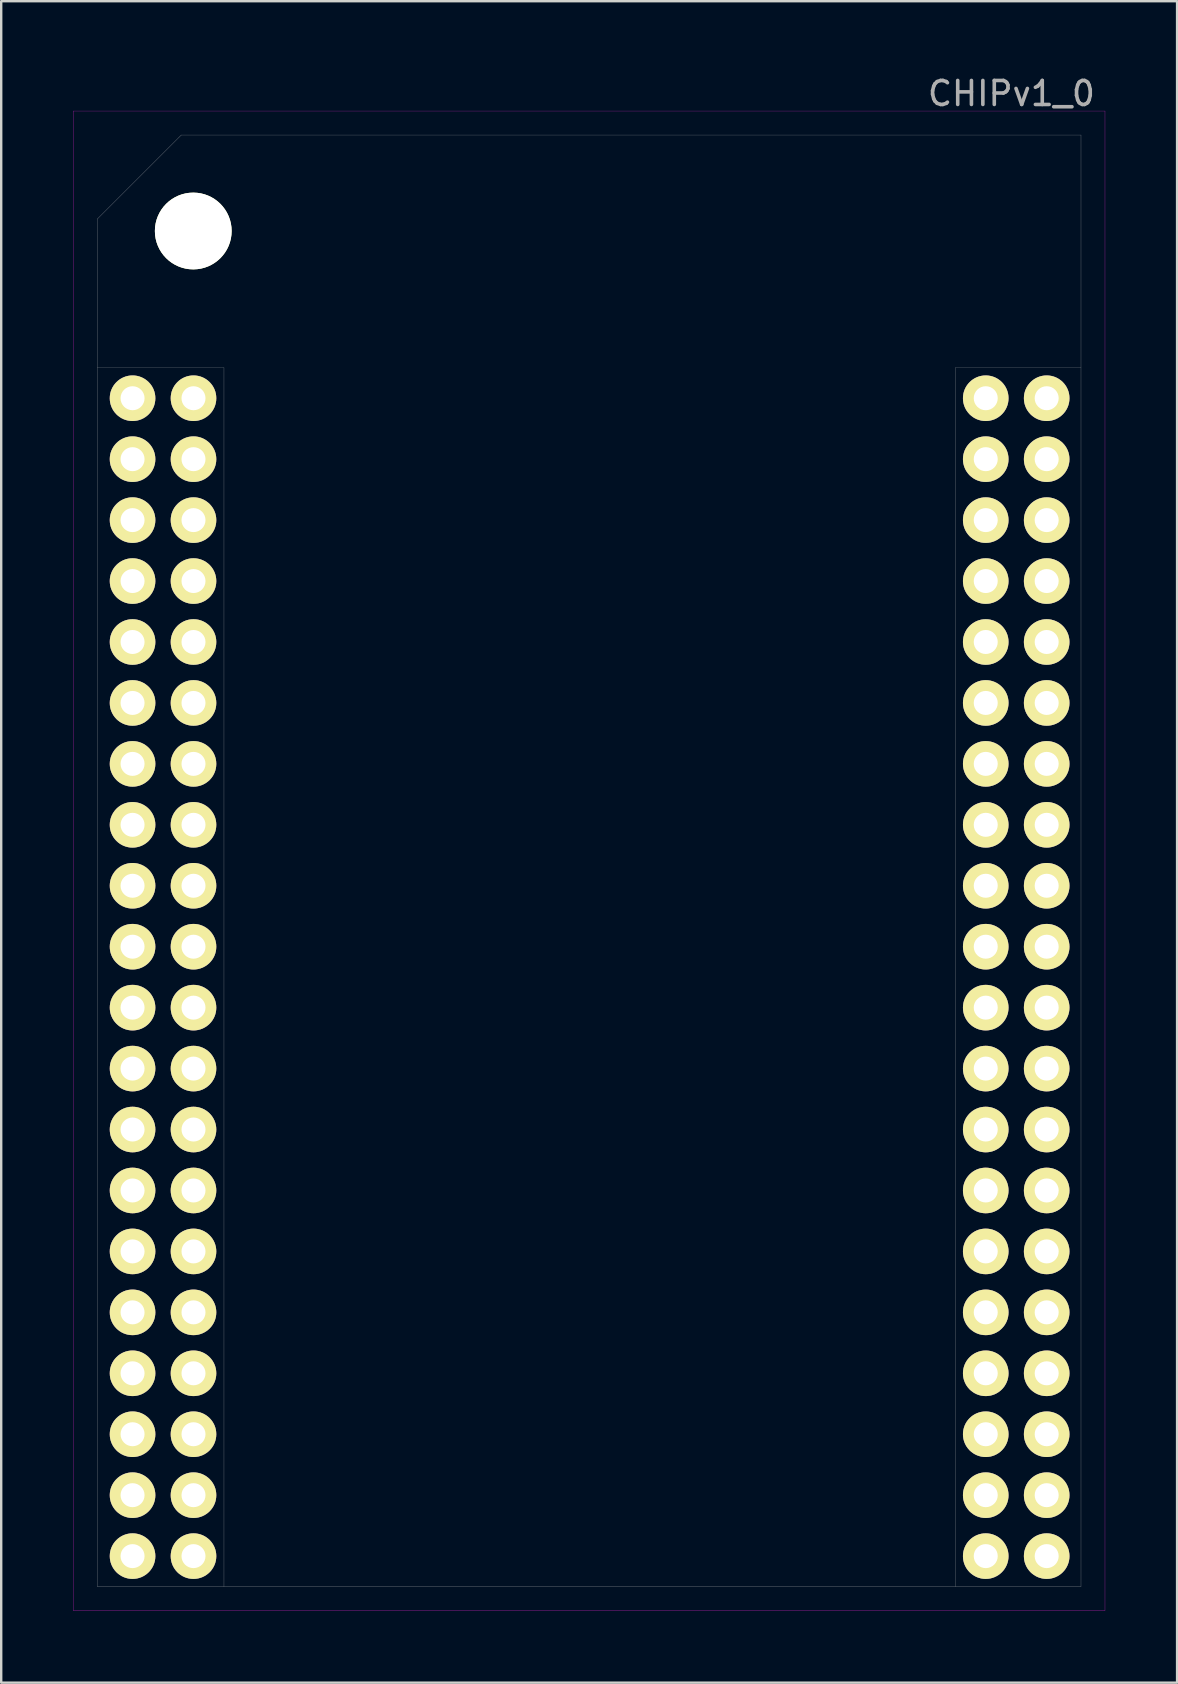
<source format=kicad_pcb>
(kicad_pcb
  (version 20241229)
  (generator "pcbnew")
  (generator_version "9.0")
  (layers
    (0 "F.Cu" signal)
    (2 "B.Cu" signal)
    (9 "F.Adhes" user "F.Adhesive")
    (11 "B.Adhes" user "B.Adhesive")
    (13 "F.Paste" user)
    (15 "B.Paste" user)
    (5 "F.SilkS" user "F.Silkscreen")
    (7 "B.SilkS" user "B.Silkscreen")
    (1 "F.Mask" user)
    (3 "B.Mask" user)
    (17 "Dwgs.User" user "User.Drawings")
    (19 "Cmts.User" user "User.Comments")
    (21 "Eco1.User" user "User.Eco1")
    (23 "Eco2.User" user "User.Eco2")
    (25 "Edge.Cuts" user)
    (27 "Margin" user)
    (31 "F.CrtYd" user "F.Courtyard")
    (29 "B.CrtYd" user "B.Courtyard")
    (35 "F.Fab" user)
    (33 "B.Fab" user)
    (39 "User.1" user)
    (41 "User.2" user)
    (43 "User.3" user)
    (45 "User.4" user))
  (footprint "CHIPv1_0"
    (layer "F.Cu")
    (at 1.005 63.078)
    (property "Reference" "CHIPv1_0" (at 38.1 -62.23 0) (layer "F.Fab") (effects (font (size 1 1) (thickness 0.15))))
    (attr through_hole)
    (fp_line (start -1 -61.5) (end 42 -61.5) (stroke (width 0.01) (type solid)) (layer "F.CrtYd"))
    (fp_line (start -1 1) (end -1 -61.5) (stroke (width 0.01) (type solid)) (layer "F.CrtYd"))
    (fp_line (start 42 -61.5) (end 42 1) (stroke (width 0.01) (type solid)) (layer "F.CrtYd"))
    (fp_line (start 42 1) (end -1 1) (stroke (width 0.01) (type solid)) (layer "F.CrtYd"))
    (fp_line (start 0 -57) (end 0 0) (stroke (width 0.01) (type solid)) (layer "F.Fab"))
    (fp_line (start 0 0) (end 41 0) (stroke (width 0.01) (type solid)) (layer "F.Fab"))
    (fp_line (start 3.5 -60.5) (end 0 -57) (stroke (width 0.01) (type solid)) (layer "F.Fab"))
    (fp_line (start 5.28 -50.8) (end 0 -50.8) (stroke (width 0.01) (type solid)) (layer "F.Fab"))
    (fp_line (start 5.28 0) (end 5.28 -50.8) (stroke (width 0.01) (type solid)) (layer "F.Fab"))
    (fp_line (start 35.76 -50.8) (end 35.76 0) (stroke (width 0.01) (type solid)) (layer "F.Fab"))
    (fp_line (start 41 -60.5) (end 3.5 -60.5) (stroke (width 0.01) (type solid)) (layer "F.Fab"))
    (fp_line (start 41 -50.8) (end 35.76 -50.8) (stroke (width 0.01) (type solid)) (layer "F.Fab"))
    (fp_line (start 41 0) (end 41 -60.5) (stroke (width 0.01) (type solid)) (layer "F.Fab"))
    (fp_circle (center 4 -56.5) (end 5.5 -56.5) (stroke (width 0.01) (type solid)) (fill no) (layer "F.Fab"))
    (pad "" np_thru_hole circle (at 4 -56.5) (size 3.2 3.2) (drill 3.2) (layers "*.Cu" "*.Mask" "F.SilkS"))
    (pad "L1" thru_hole circle (at 1.47 -49.53) (size 1.9 1.9) (drill 1) (layers "*.Cu" "*.Mask" "F.SilkS"))
    (pad "L2" thru_hole circle (at 4.01 -49.53) (size 1.9 1.9) (drill 1) (layers "*.Cu" "*.Mask" "F.SilkS"))
    (pad "L3" thru_hole circle (at 1.47 -46.99) (size 1.9 1.9) (drill 1) (layers "*.Cu" "*.Mask" "F.SilkS"))
    (pad "L4" thru_hole circle (at 4.01 -46.99) (size 1.9 1.9) (drill 1) (layers "*.Cu" "*.Mask" "F.SilkS"))
    (pad "L5" thru_hole circle (at 1.47 -44.45) (size 1.9 1.9) (drill 1) (layers "*.Cu" "*.Mask" "F.SilkS"))
    (pad "L6" thru_hole circle (at 4.01 -44.45) (size 1.9 1.9) (drill 1) (layers "*.Cu" "*.Mask" "F.SilkS"))
    (pad "L7" thru_hole circle (at 1.47 -41.91) (size 1.9 1.9) (drill 1) (layers "*.Cu" "*.Mask" "F.SilkS"))
    (pad "L8" thru_hole circle (at 4.01 -41.91) (size 1.9 1.9) (drill 1) (layers "*.Cu" "*.Mask" "F.SilkS"))
    (pad "L9" thru_hole circle (at 1.47 -39.37) (size 1.9 1.9) (drill 1) (layers "*.Cu" "*.Mask" "F.SilkS"))
    (pad "L10" thru_hole circle (at 4.01 -39.37) (size 1.9 1.9) (drill 1) (layers "*.Cu" "*.Mask" "F.SilkS"))
    (pad "L11" thru_hole circle (at 1.47 -36.83) (size 1.9 1.9) (drill 1) (layers "*.Cu" "*.Mask" "F.SilkS"))
    (pad "L12" thru_hole circle (at 4.01 -36.83) (size 1.9 1.9) (drill 1) (layers "*.Cu" "*.Mask" "F.SilkS"))
    (pad "L13" thru_hole circle (at 1.47 -34.29) (size 1.9 1.9) (drill 1) (layers "*.Cu" "*.Mask" "F.SilkS"))
    (pad "L14" thru_hole circle (at 4.01 -34.29) (size 1.9 1.9) (drill 1) (layers "*.Cu" "*.Mask" "F.SilkS"))
    (pad "L15" thru_hole circle (at 1.47 -31.75) (size 1.9 1.9) (drill 1) (layers "*.Cu" "*.Mask" "F.SilkS"))
    (pad "L16" thru_hole circle (at 4.01 -31.75) (size 1.9 1.9) (drill 1) (layers "*.Cu" "*.Mask" "F.SilkS"))
    (pad "L17" thru_hole circle (at 1.47 -29.21) (size 1.9 1.9) (drill 1) (layers "*.Cu" "*.Mask" "F.SilkS"))
    (pad "L18" thru_hole circle (at 4.01 -29.21) (size 1.9 1.9) (drill 1) (layers "*.Cu" "*.Mask" "F.SilkS"))
    (pad "L19" thru_hole circle (at 1.47 -26.67) (size 1.9 1.9) (drill 1) (layers "*.Cu" "*.Mask" "F.SilkS"))
    (pad "L20" thru_hole circle (at 4.01 -26.67) (size 1.9 1.9) (drill 1) (layers "*.Cu" "*.Mask" "F.SilkS"))
    (pad "L21" thru_hole circle (at 1.47 -24.13) (size 1.9 1.9) (drill 1) (layers "*.Cu" "*.Mask" "F.SilkS"))
    (pad "L22" thru_hole circle (at 4.01 -24.13) (size 1.9 1.9) (drill 1) (layers "*.Cu" "*.Mask" "F.SilkS"))
    (pad "L23" thru_hole circle (at 1.47 -21.59) (size 1.9 1.9) (drill 1) (layers "*.Cu" "*.Mask" "F.SilkS"))
    (pad "L24" thru_hole circle (at 4.01 -21.59) (size 1.9 1.9) (drill 1) (layers "*.Cu" "*.Mask" "F.SilkS"))
    (pad "L25" thru_hole circle (at 1.47 -19.05) (size 1.9 1.9) (drill 1) (layers "*.Cu" "*.Mask" "F.SilkS"))
    (pad "L26" thru_hole circle (at 4.01 -19.05) (size 1.9 1.9) (drill 1) (layers "*.Cu" "*.Mask" "F.SilkS"))
    (pad "L27" thru_hole circle (at 1.47 -16.51) (size 1.9 1.9) (drill 1) (layers "*.Cu" "*.Mask" "F.SilkS"))
    (pad "L28" thru_hole circle (at 4.01 -16.51) (size 1.9 1.9) (drill 1) (layers "*.Cu" "*.Mask" "F.SilkS"))
    (pad "L29" thru_hole circle (at 1.47 -13.97) (size 1.9 1.9) (drill 1) (layers "*.Cu" "*.Mask" "F.SilkS"))
    (pad "L30" thru_hole circle (at 4.01 -13.97) (size 1.9 1.9) (drill 1) (layers "*.Cu" "*.Mask" "F.SilkS"))
    (pad "L31" thru_hole circle (at 1.47 -11.43) (size 1.9 1.9) (drill 1) (layers "*.Cu" "*.Mask" "F.SilkS"))
    (pad "L32" thru_hole circle (at 4.01 -11.43) (size 1.9 1.9) (drill 1) (layers "*.Cu" "*.Mask" "F.SilkS"))
    (pad "L33" thru_hole circle (at 1.47 -8.89) (size 1.9 1.9) (drill 1) (layers "*.Cu" "*.Mask" "F.SilkS"))
    (pad "L34" thru_hole circle (at 4.01 -8.89) (size 1.9 1.9) (drill 1) (layers "*.Cu" "*.Mask" "F.SilkS"))
    (pad "L35" thru_hole circle (at 1.47 -6.35) (size 1.9 1.9) (drill 1) (layers "*.Cu" "*.Mask" "F.SilkS"))
    (pad "L36" thru_hole circle (at 4.01 -6.35) (size 1.9 1.9) (drill 1) (layers "*.Cu" "*.Mask" "F.SilkS"))
    (pad "L37" thru_hole circle (at 1.47 -3.81) (size 1.9 1.9) (drill 1) (layers "*.Cu" "*.Mask" "F.SilkS"))
    (pad "L38" thru_hole circle (at 4.01 -3.81) (size 1.9 1.9) (drill 1) (layers "*.Cu" "*.Mask" "F.SilkS"))
    (pad "L39" thru_hole circle (at 1.47 -1.27) (size 1.9 1.9) (drill 1) (layers "*.Cu" "*.Mask" "F.SilkS"))
    (pad "L40" thru_hole circle (at 4.01 -1.27) (size 1.9 1.9) (drill 1) (layers "*.Cu" "*.Mask" "F.SilkS"))
    (pad "R1" thru_hole circle (at 37.03 -49.53) (size 1.9 1.9) (drill 1) (layers "*.Cu" "*.Mask" "F.SilkS"))
    (pad "R2" thru_hole circle (at 39.57 -49.53) (size 1.9 1.9) (drill 1) (layers "*.Cu" "*.Mask" "F.SilkS"))
    (pad "R3" thru_hole circle (at 37.03 -46.99) (size 1.9 1.9) (drill 1) (layers "*.Cu" "*.Mask" "F.SilkS"))
    (pad "R4" thru_hole circle (at 39.57 -46.99) (size 1.9 1.9) (drill 1) (layers "*.Cu" "*.Mask" "F.SilkS"))
    (pad "R5" thru_hole circle (at 37.03 -44.45) (size 1.9 1.9) (drill 1) (layers "*.Cu" "*.Mask" "F.SilkS"))
    (pad "R6" thru_hole circle (at 39.57 -44.45) (size 1.9 1.9) (drill 1) (layers "*.Cu" "*.Mask" "F.SilkS"))
    (pad "R7" thru_hole circle (at 37.03 -41.91) (size 1.9 1.9) (drill 1) (layers "*.Cu" "*.Mask" "F.SilkS"))
    (pad "R8" thru_hole circle (at 39.57 -41.91) (size 1.9 1.9) (drill 1) (layers "*.Cu" "*.Mask" "F.SilkS"))
    (pad "R9" thru_hole circle (at 37.03 -39.37) (size 1.9 1.9) (drill 1) (layers "*.Cu" "*.Mask" "F.SilkS"))
    (pad "R10" thru_hole circle (at 39.57 -39.37) (size 1.9 1.9) (drill 1) (layers "*.Cu" "*.Mask" "F.SilkS"))
    (pad "R11" thru_hole circle (at 37.03 -36.83) (size 1.9 1.9) (drill 1) (layers "*.Cu" "*.Mask" "F.SilkS"))
    (pad "R12" thru_hole circle (at 39.57 -36.83) (size 1.9 1.9) (drill 1) (layers "*.Cu" "*.Mask" "F.SilkS"))
    (pad "R13" thru_hole circle (at 37.03 -34.29) (size 1.9 1.9) (drill 1) (layers "*.Cu" "*.Mask" "F.SilkS"))
    (pad "R14" thru_hole circle (at 39.57 -34.29) (size 1.9 1.9) (drill 1) (layers "*.Cu" "*.Mask" "F.SilkS"))
    (pad "R15" thru_hole circle (at 37.03 -31.75) (size 1.9 1.9) (drill 1) (layers "*.Cu" "*.Mask" "F.SilkS"))
    (pad "R16" thru_hole circle (at 39.57 -31.75) (size 1.9 1.9) (drill 1) (layers "*.Cu" "*.Mask" "F.SilkS"))
    (pad "R17" thru_hole circle (at 37.03 -29.21) (size 1.9 1.9) (drill 1) (layers "*.Cu" "*.Mask" "F.SilkS"))
    (pad "R18" thru_hole circle (at 39.57 -29.21) (size 1.9 1.9) (drill 1) (layers "*.Cu" "*.Mask" "F.SilkS"))
    (pad "R19" thru_hole circle (at 37.03 -26.67) (size 1.9 1.9) (drill 1) (layers "*.Cu" "*.Mask" "F.SilkS"))
    (pad "R20" thru_hole circle (at 39.57 -26.67) (size 1.9 1.9) (drill 1) (layers "*.Cu" "*.Mask" "F.SilkS"))
    (pad "R21" thru_hole circle (at 37.03 -24.13) (size 1.9 1.9) (drill 1) (layers "*.Cu" "*.Mask" "F.SilkS"))
    (pad "R22" thru_hole circle (at 39.57 -24.13) (size 1.9 1.9) (drill 1) (layers "*.Cu" "*.Mask" "F.SilkS"))
    (pad "R23" thru_hole circle (at 37.03 -21.59) (size 1.9 1.9) (drill 1) (layers "*.Cu" "*.Mask" "F.SilkS"))
    (pad "R24" thru_hole circle (at 39.57 -21.59) (size 1.9 1.9) (drill 1) (layers "*.Cu" "*.Mask" "F.SilkS"))
    (pad "R25" thru_hole circle (at 37.03 -19.05) (size 1.9 1.9) (drill 1) (layers "*.Cu" "*.Mask" "F.SilkS"))
    (pad "R26" thru_hole circle (at 39.57 -19.05) (size 1.9 1.9) (drill 1) (layers "*.Cu" "*.Mask" "F.SilkS"))
    (pad "R27" thru_hole circle (at 37.03 -16.51) (size 1.9 1.9) (drill 1) (layers "*.Cu" "*.Mask" "F.SilkS"))
    (pad "R28" thru_hole circle (at 39.57 -16.51) (size 1.9 1.9) (drill 1) (layers "*.Cu" "*.Mask" "F.SilkS"))
    (pad "R29" thru_hole circle (at 37.03 -13.97) (size 1.9 1.9) (drill 1) (layers "*.Cu" "*.Mask" "F.SilkS"))
    (pad "R30" thru_hole circle (at 39.57 -13.97) (size 1.9 1.9) (drill 1) (layers "*.Cu" "*.Mask" "F.SilkS"))
    (pad "R31" thru_hole circle (at 37.03 -11.43) (size 1.9 1.9) (drill 1) (layers "*.Cu" "*.Mask" "F.SilkS"))
    (pad "R32" thru_hole circle (at 39.57 -11.43) (size 1.9 1.9) (drill 1) (layers "*.Cu" "*.Mask" "F.SilkS"))
    (pad "R33" thru_hole circle (at 37.03 -8.89) (size 1.9 1.9) (drill 1) (layers "*.Cu" "*.Mask" "F.SilkS"))
    (pad "R34" thru_hole circle (at 39.57 -8.89) (size 1.9 1.9) (drill 1) (layers "*.Cu" "*.Mask" "F.SilkS"))
    (pad "R35" thru_hole circle (at 37.03 -6.35) (size 1.9 1.9) (drill 1) (layers "*.Cu" "*.Mask" "F.SilkS"))
    (pad "R36" thru_hole circle (at 39.57 -6.35) (size 1.9 1.9) (drill 1) (layers "*.Cu" "*.Mask" "F.SilkS"))
    (pad "R37" thru_hole circle (at 37.03 -3.81) (size 1.9 1.9) (drill 1) (layers "*.Cu" "*.Mask" "F.SilkS"))
    (pad "R38" thru_hole circle (at 39.57 -3.81) (size 1.9 1.9) (drill 1) (layers "*.Cu" "*.Mask" "F.SilkS"))
    (pad "R39" thru_hole circle (at 37.03 -1.27) (size 1.9 1.9) (drill 1) (layers "*.Cu" "*.Mask" "F.SilkS"))
    (pad "R40" thru_hole circle (at 39.57 -1.27) (size 1.9 1.9) (drill 1) (layers "*.Cu" "*.Mask" "F.SilkS")))
  (gr_rect
    (start -3 -3)
    (end 46.01 67.083)
    (stroke (width 0.1) (type default))
    (fill no)
    (layer "Edge.Cuts")))
</source>
